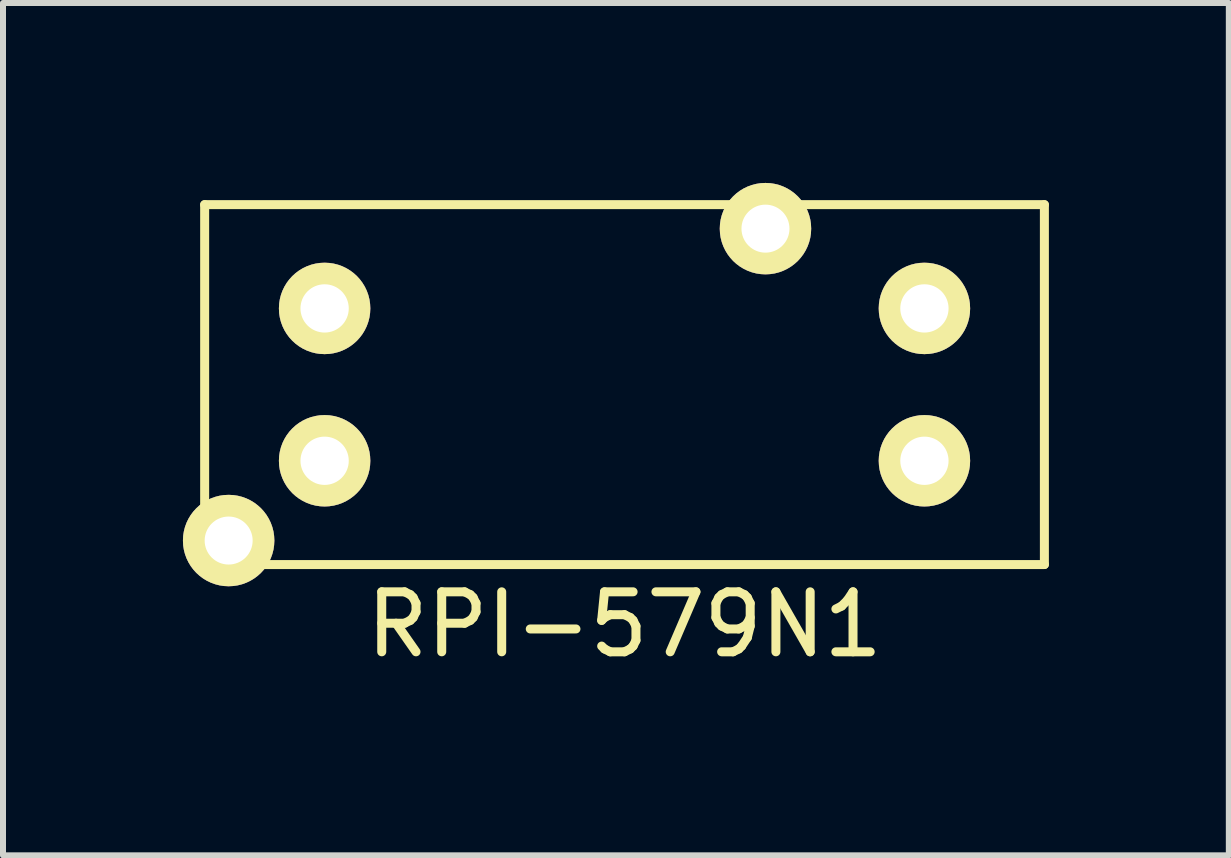
<source format=kicad_pcb>
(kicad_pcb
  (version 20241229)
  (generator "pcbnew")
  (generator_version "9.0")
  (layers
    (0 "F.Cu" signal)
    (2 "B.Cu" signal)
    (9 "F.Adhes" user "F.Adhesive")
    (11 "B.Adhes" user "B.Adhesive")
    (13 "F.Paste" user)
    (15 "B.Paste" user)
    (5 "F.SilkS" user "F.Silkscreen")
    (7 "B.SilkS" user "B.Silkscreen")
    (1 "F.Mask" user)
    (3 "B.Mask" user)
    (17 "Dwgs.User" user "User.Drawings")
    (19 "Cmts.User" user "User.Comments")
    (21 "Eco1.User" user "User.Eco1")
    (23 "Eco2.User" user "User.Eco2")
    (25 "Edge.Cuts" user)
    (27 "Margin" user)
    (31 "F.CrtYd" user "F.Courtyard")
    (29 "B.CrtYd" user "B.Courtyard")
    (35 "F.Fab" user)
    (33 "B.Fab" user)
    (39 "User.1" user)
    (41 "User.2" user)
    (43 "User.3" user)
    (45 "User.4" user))
  (footprint "RPI-579N1"
    (layer "F.Cu")
    (at 7.362 3.362)
    (property "Reference" "RPI-579N1" (at 0 4 0) (layer "F.SilkS") (effects (font (size 1 1) (thickness 0.15))))
    (attr through_hole)
    (fp_line (start -7 -3) (end 7 -3) (stroke (width 0.15) (type solid)) (layer "F.SilkS"))
    (fp_line (start -7 3) (end -7 -3) (stroke (width 0.15) (type solid)) (layer "F.SilkS"))
    (fp_line (start 7 -3) (end 7 3) (stroke (width 0.15) (type solid)) (layer "F.SilkS"))
    (fp_line (start 7 3) (end -7 3) (stroke (width 0.15) (type solid)) (layer "F.SilkS"))
    (pad "" np_thru_hole circle (at -6.6 2.6) (size 1.524 1.524) (drill 0.8) (layers "*.Cu" "*.Mask" "F.SilkS"))
    (pad "" np_thru_hole circle (at 2.35 -2.6) (size 1.524 1.524) (drill 0.8) (layers "*.Cu" "*.Mask" "F.SilkS"))
    (pad "1" thru_hole circle (at 5 1.27) (size 1.524 1.524) (drill 0.805) (layers "*.Cu" "*.Mask" "F.SilkS"))
    (pad "2" thru_hole circle (at 5 -1.27) (size 1.524 1.524) (drill 0.805) (layers "*.Cu" "*.Mask" "F.SilkS"))
    (pad "3" thru_hole circle (at -5 -1.27) (size 1.524 1.524) (drill 0.805) (layers "*.Cu" "*.Mask" "F.SilkS"))
    (pad "4" thru_hole circle (at -5 1.27) (size 1.524 1.524) (drill 0.805) (layers "*.Cu" "*.Mask" "F.SilkS")))
  (gr_rect
    (start -3 -3)
    (end 17.437 11.21)
    (stroke (width 0.1) (type default))
    (fill no)
    (layer "Edge.Cuts")))
</source>
